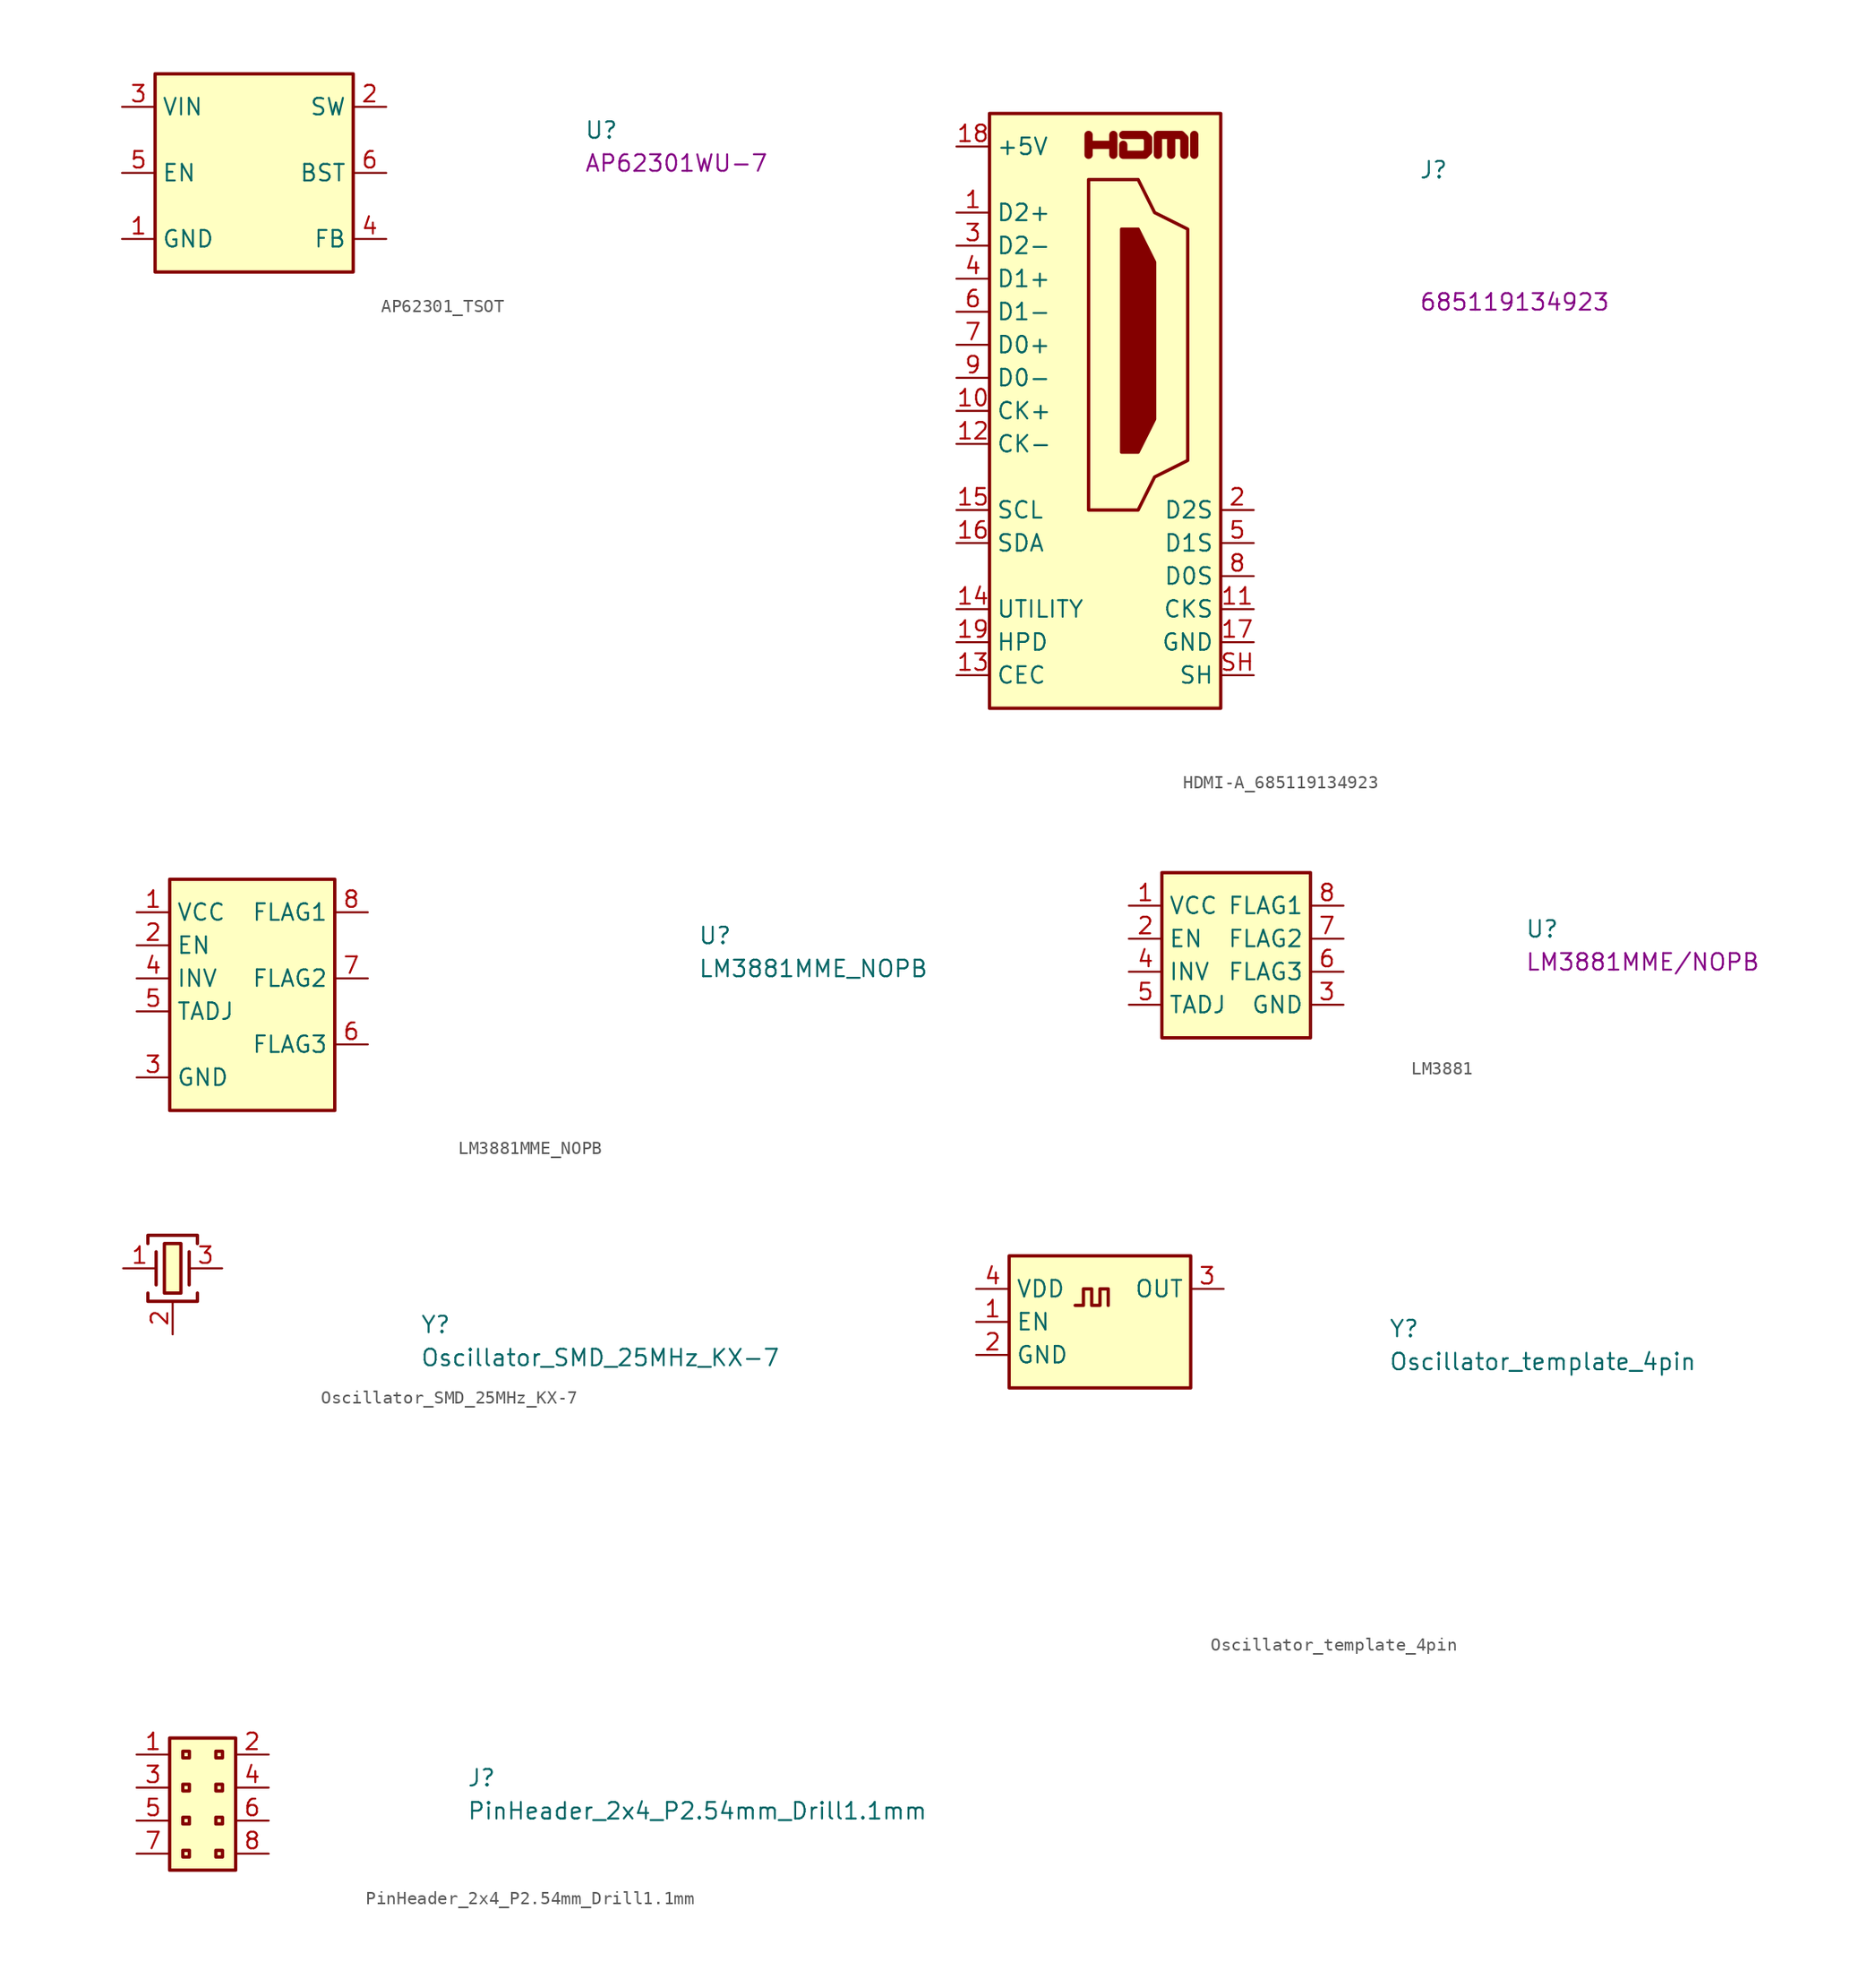
<source format=kicad_sym>
(kicad_symbol_lib
  (version 20211014)
  (generator kicad_symbol_editor)
  (symbol "AP62301_TSOT"
    (property "Reference" "U"
      (at 35.56 -2.54 0)
      (effects (font (size 1.27 1.27) (thickness 0.15)) (justify left bottom)))
    (property "MPN" "AP62301WU-7"
      (at 35.56 -5.08 0)
      (effects (font (size 1.27 1.27) (thickness 0.15)) (justify left bottom)))
    (symbol "AP62301_TSOT_1_1"
      (rectangle (start 2.54 2.54) (end 17.78 -12.7) (stroke (width 0.254) (type default)) (fill (type background)))
      (pin power_in line (at 0 -10.16 0) (length 2.54) (name "GND" (effects (font (size 1.27 1.27)))) (number "1" (effects (font (size 1.27 1.27)))))
      (pin power_out line (at 20.32 0 180) (length 2.54) (name "SW" (effects (font (size 1.27 1.27)))) (number "2" (effects (font (size 1.27 1.27)))))
      (pin power_in line (at 0 0 0) (length 2.54) (name "VIN" (effects (font (size 1.27 1.27)))) (number "3" (effects (font (size 1.27 1.27)))))
      (pin input line (at 20.32 -10.16 180) (length 2.54) (name "FB" (effects (font (size 1.27 1.27)))) (number "4" (effects (font (size 1.27 1.27)))))
      (pin input line (at 0 -5.08 0) (length 2.54) (name "EN" (effects (font (size 1.27 1.27)))) (number "5" (effects (font (size 1.27 1.27)))))
      (pin output line (at 20.32 -5.08 180) (length 2.54) (name "BST" (effects (font (size 1.27 1.27)))) (number "6" (effects (font (size 1.27 1.27)))))))
  (symbol "HDMI-A_685119134923"
    (property "Reference" "J"
      (at 35.56 -2.54 0)
      (effects (font (size 1.27 1.27) (thickness 0.15)) (justify left bottom)))
    (property "MPN" "685119134923"
      (at 35.56 -12.7 0)
      (effects (font (size 1.27 1.27) (thickness 0.15)) (justify left bottom)))
    (symbol "HDMI-A_685119134923_0_0"
      (polyline (pts (xy 18.288 -0.635) (xy 18.288 0.889)) (stroke (width 0.635) (type default) (color 0 0 0 0)) (fill (type none)))
      (polyline (pts (xy 10.16 -0.635) (xy 10.16 0.889) (xy 10.16 0.127) (xy 12.065 0.127) (xy 12.065 0.889) (xy 12.065 -0.635)) (stroke (width 0.635) (type default) (color 0 0 0 0)) (fill (type none)))
      (polyline (pts (xy 12.827 0.889) (xy 14.478 0.889) (xy 14.732 0.635) (xy 14.732 -0.381) (xy 14.478 -0.635) (xy 12.827 -0.635) (xy 12.827 0.127)) (stroke (width 0.635) (type default) (color 0 0 0 0)) (fill (type none))))
    (symbol "HDMI-A_685119134923_0_1"
      (polyline (pts (xy 15.494 -0.635) (xy 15.494 0.889) (xy 16.51 0.889) (xy 16.51 -0.635) (xy 16.51 0.889) (xy 17.272 0.889) (xy 17.526 0.635) (xy 17.526 -0.635)) (stroke (width 0.635) (type default) (color 0 0 0 0)) (fill (type none))))
    (symbol "HDMI-A_685119134923_1_1"
      (polyline (pts (xy 12.7 -6.35) (xy 13.97 -6.35) (xy 15.24 -8.89) (xy 15.24 -20.955) (xy 13.97 -23.495) (xy 12.7 -23.495) (xy 12.7 -6.35)) (stroke (width 0.254) (type default) (color 0 0 0 0)) (fill (type outline)))
      (polyline (pts (xy 10.16 -2.54) (xy 10.16 -27.94) (xy 13.97 -27.94) (xy 15.24 -25.4) (xy 17.78 -24.13) (xy 17.78 -6.35) (xy 15.24 -5.08) (xy 13.97 -2.54) (xy 10.16 -2.54)) (stroke (width 0.254) (type default) (color 0 0 0 0)) (fill (type background)))
      (rectangle (start 2.54 2.54) (end 20.32 -43.18) (stroke (width 0.254) (type default) (color 0 0 0 0)) (fill (type background)))
      (pin passive line (at 0 -5.08 0) (length 2.54) (name "D2+" (effects (font (size 1.27 1.27)))) (number "1" (effects (font (size 1.27 1.27)))))
      (pin passive line (at 0 -20.32 0) (length 2.54) (name "CK+" (effects (font (size 1.27 1.27)))) (number "10" (effects (font (size 1.27 1.27)))))
      (pin passive line (at 22.86 -35.56 180) (length 2.54) (name "CKS" (effects (font (size 1.27 1.27)))) (number "11" (effects (font (size 1.27 1.27)))))
      (pin passive line (at 0 -22.86 0) (length 2.54) (name "CK-" (effects (font (size 1.27 1.27)))) (number "12" (effects (font (size 1.27 1.27)))))
      (pin bidirectional line (at 0 -40.64 0) (length 2.54) (name "CEC" (effects (font (size 1.27 1.27)))) (number "13" (effects (font (size 1.27 1.27)))))
      (pin passive line (at 0 -35.56 0) (length 2.54) (name "UTILITY" (effects (font (size 1.27 1.27)))) (number "14" (effects (font (size 1.27 1.27)))))
      (pin passive line (at 0 -27.94 0) (length 2.54) (name "SCL" (effects (font (size 1.27 1.27)))) (number "15" (effects (font (size 1.27 1.27)))))
      (pin bidirectional line (at 0 -30.48 0) (length 2.54) (name "SDA" (effects (font (size 1.27 1.27)))) (number "16" (effects (font (size 1.27 1.27)))))
      (pin passive line (at 22.86 -38.1 180) (length 2.54) (name "GND" (effects (font (size 1.27 1.27)))) (number "17" (effects (font (size 1.27 1.27)))))
      (pin power_in line (at 0 0 0) (length 2.54) (name "+5V" (effects (font (size 1.27 1.27)))) (number "18" (effects (font (size 1.27 1.27)))))
      (pin passive line (at 0 -38.1 0) (length 2.54) (name "HPD" (effects (font (size 1.27 1.27)))) (number "19" (effects (font (size 1.27 1.27)))))
      (pin passive line (at 22.86 -27.94 180) (length 2.54) (name "D2S" (effects (font (size 1.27 1.27)))) (number "2" (effects (font (size 1.27 1.27)))))
      (pin passive line (at 0 -7.62 0) (length 2.54) (name "D2-" (effects (font (size 1.27 1.27)))) (number "3" (effects (font (size 1.27 1.27)))))
      (pin passive line (at 0 -10.16 0) (length 2.54) (name "D1+" (effects (font (size 1.27 1.27)))) (number "4" (effects (font (size 1.27 1.27)))))
      (pin passive line (at 22.86 -30.48 180) (length 2.54) (name "D1S" (effects (font (size 1.27 1.27)))) (number "5" (effects (font (size 1.27 1.27)))))
      (pin passive line (at 0 -12.7 0) (length 2.54) (name "D1-" (effects (font (size 1.27 1.27)))) (number "6" (effects (font (size 1.27 1.27)))))
      (pin passive line (at 0 -15.24 0) (length 2.54) (name "D0+" (effects (font (size 1.27 1.27)))) (number "7" (effects (font (size 1.27 1.27)))))
      (pin passive line (at 22.86 -33.02 180) (length 2.54) (name "D0S" (effects (font (size 1.27 1.27)))) (number "8" (effects (font (size 1.27 1.27)))))
      (pin passive line (at 0 -17.78 0) (length 2.54) (name "D0-" (effects (font (size 1.27 1.27)))) (number "9" (effects (font (size 1.27 1.27)))))
      (pin passive line (at 22.86 -40.64 180) (length 2.54) (name "SH" (effects (font (size 1.27 1.27)))) (number "SH" (effects (font (size 1.27 1.27)))))))
  (symbol "LM3881MME_NOPB"
    (property "Reference" "U"
      (at 43.18 -2.54 0)
      (effects (font (size 1.27 1.27) (thickness 0.15)) (justify left bottom)))
    (property "Value" "LM3881MME_NOPB"
      (at 43.18 -5.08 0)
      (effects (font (size 1.27 1.27) (thickness 0.15)) (justify left bottom)))
    (symbol "LM3881MME_NOPB_1_1"
      (rectangle (start 2.54 2.54) (end 15.24 -15.24) (stroke (width 0.254) (type default) (color 0 0 0 0)) (fill (type background)))
      (pin power_in line (at 0 0 0) (length 2.54) (name "VCC" (effects (font (size 1.27 1.27)))) (number "1" (effects (font (size 1.27 1.27)))))
      (pin passive line (at 0 -2.54 0) (length 2.54) (name "EN" (effects (font (size 1.27 1.27)))) (number "2" (effects (font (size 1.27 1.27)))))
      (pin power_in line (at 0 -12.7 0) (length 2.54) (name "GND" (effects (font (size 1.27 1.27)))) (number "3" (effects (font (size 1.27 1.27)))))
      (pin input line (at 0 -5.08 0) (length 2.54) (name "INV" (effects (font (size 1.27 1.27)))) (number "4" (effects (font (size 1.27 1.27)))))
      (pin passive line (at 0 -7.62 0) (length 2.54) (name "TADJ" (effects (font (size 1.27 1.27)))) (number "5" (effects (font (size 1.27 1.27)))))
      (pin open_collector line (at 17.78 -10.16 180) (length 2.54) (name "FLAG3" (effects (font (size 1.27 1.27)))) (number "6" (effects (font (size 1.27 1.27)))))
      (pin open_collector line (at 17.78 -5.08 180) (length 2.54) (name "FLAG2" (effects (font (size 1.27 1.27)))) (number "7" (effects (font (size 1.27 1.27)))))
      (pin open_collector line (at 17.78 0 180) (length 2.54) (name "FLAG1" (effects (font (size 1.27 1.27)))) (number "8" (effects (font (size 1.27 1.27)))))))
  (symbol "LM3881"
    (property "Reference" "U"
      (at 30.48 -2.54 0)
      (effects (font (size 1.27 1.27) (thickness 0.15)) (justify left bottom)))
    (property "MPN" "LM3881MME/NOPB"
      (at 30.48 -5.08 0)
      (effects (font (size 1.27 1.27) (thickness 0.15)) (justify left bottom)))
    (symbol "LM3881_1_1"
      (rectangle (start 2.54 2.54) (end 13.97 -10.16) (stroke (width 0.254) (type default)) (fill (type background)))
      (pin power_in line (at 0 0 0) (length 2.54) (name "VCC" (effects (font (size 1.27 1.27)))) (number "1" (effects (font (size 1.27 1.27)))))
      (pin passive line (at 0 -2.54 0) (length 2.54) (name "EN" (effects (font (size 1.27 1.27)))) (number "2" (effects (font (size 1.27 1.27)))))
      (pin power_in line (at 16.51 -7.62 180) (length 2.54) (name "GND" (effects (font (size 1.27 1.27)))) (number "3" (effects (font (size 1.27 1.27)))))
      (pin input line (at 0 -5.08 0) (length 2.54) (name "INV" (effects (font (size 1.27 1.27)))) (number "4" (effects (font (size 1.27 1.27)))))
      (pin passive line (at 0 -7.62 0) (length 2.54) (name "TADJ" (effects (font (size 1.27 1.27)))) (number "5" (effects (font (size 1.27 1.27)))))
      (pin open_collector line (at 16.51 -5.08 180) (length 2.54) (name "FLAG3" (effects (font (size 1.27 1.27)))) (number "6" (effects (font (size 1.27 1.27)))))
      (pin open_collector line (at 16.51 -2.54 180) (length 2.54) (name "FLAG2" (effects (font (size 1.27 1.27)))) (number "7" (effects (font (size 1.27 1.27)))))
      (pin open_collector line (at 16.51 0 180) (length 2.54) (name "FLAG1" (effects (font (size 1.27 1.27)))) (number "8" (effects (font (size 1.27 1.27)))))))
  (symbol "Oscillator_SMD_25MHz_KX-7"
    (pin_names hide)
    (property "Reference" "Y"
      (at 22.86 -5.08 0)
      (effects (font (size 1.27 1.27) (thickness 0.15)) (justify left bottom)))
    (property "Value" "Oscillator_SMD_25MHz_KX-7"
      (at 22.86 -7.62 0)
      (effects (font (size 1.27 1.27) (thickness 0.15)) (justify left bottom)))
    (symbol "Oscillator_SMD_25MHz_KX-7_1_1"
      (polyline (pts (xy 2.54 1.27) (xy 2.54 -1.27)) (stroke (width 0.254) (type default) (color 0 0 0 0)) (fill (type background)))
      (polyline (pts (xy 5.08 1.27) (xy 5.08 -1.27)) (stroke (width 0.254) (type default) (color 0 0 0 0)) (fill (type background)))
      (polyline (pts (xy 1.905 -1.905) (xy 1.905 -2.54) (xy 5.715 -2.54) (xy 5.715 -1.905)) (stroke (width 0.254) (type default) (color 0 0 0 0)) (fill (type none)))
      (polyline (pts (xy 1.905 1.905) (xy 1.905 2.54) (xy 5.715 2.54) (xy 5.715 1.905)) (stroke (width 0.254) (type default) (color 0 0 0 0)) (fill (type none)))
      (rectangle (start 3.175 1.905) (end 4.445 -1.905) (stroke (width 0.254) (type default) (color 0 0 0 0)) (fill (type background)))
      (pin passive line (at 0 0 0) (length 2.54) (name "~" (effects (font (size 1.27 1.27)))) (number "1" (effects (font (size 1.27 1.27)))))
      (pin passive line (at 3.81 -5.08 90) (length 2.54) (name "SH" (effects (font (size 1.27 1.27)))) (number "2" (effects (font (size 1.27 1.27)))))
      (pin passive line (at 7.62 0 180) (length 2.54) (name "~" (effects (font (size 1.27 1.27)))) (number "3" (effects (font (size 1.27 1.27)))))
      (pin passive line (at 3.81 -5.08 90) (length 2.54) hide (name "SH" (effects (font (size 1.27 1.27)))) (number "4" (effects (font (size 1.27 1.27)))))))
  (symbol "Oscillator_template_4pin"
    (property "Reference" "Y"
      (at 31.75 -3.81 0)
      (effects (font (size 1.27 1.27) (thickness 0.15)) (justify left bottom)))
    (property "Value" "Oscillator_template_4pin"
      (at 31.75 -6.35 0)
      (effects (font (size 1.27 1.27) (thickness 0.15)) (justify left bottom)))
    (property "Val" ""
      (at 31.75 -23.495 0)
      (effects (font (size 1.27 1.27)) (justify left)))
    (symbol "Oscillator_template_4pin_1_1"
      (polyline (pts (xy 7.62 -1.27) (xy 8.255 -1.27) (xy 8.255 0) (xy 8.89 0) (xy 8.89 -1.27) (xy 9.525 -1.27) (xy 9.525 0) (xy 10.16 0) (xy 10.16 -1.27)) (stroke (width 0.254) (type default)) (fill (type background)))
      (rectangle (start 2.54 2.54) (end 16.51 -7.62) (stroke (width 0.254) (type default)) (fill (type background)))
      (pin input line (at 0 -2.54 0) (length 2.54) (name "EN" (effects (font (size 1.27 1.27)))) (number "1" (effects (font (size 1.27 1.27)))))
      (pin power_in line (at 0 -5.08 0) (length 2.54) (name "GND" (effects (font (size 1.27 1.27)))) (number "2" (effects (font (size 1.27 1.27)))))
      (pin output line (at 19.05 0 180) (length 2.54) (name "OUT" (effects (font (size 1.27 1.27)))) (number "3" (effects (font (size 1.27 1.27)))))
      (pin power_in line (at 0 0 0) (length 2.54) (name "VDD" (effects (font (size 1.27 1.27)))) (number "4" (effects (font (size 1.27 1.27)))))))
  (symbol "PinHeader_2x4_P2.54mm_Drill1.1mm"
    (property "Reference" "J"
      (at 25.4 -2.54 0)
      (effects (font (size 1.27 1.27) (thickness 0.15)) (justify left bottom)))
    (property "Value" "PinHeader_2x4_P2.54mm_Drill1.1mm"
      (at 25.4 -5.08 0)
      (effects (font (size 1.27 1.27) (thickness 0.15)) (justify left bottom)))
    (symbol "PinHeader_2x4_P2.54mm_Drill1.1mm_1_1"
      (rectangle (start 2.54 1.27) (end 7.62 -8.89) (stroke (width 0.254) (type default)) (fill (type background)))
      (rectangle (start 3.556 -7.366) (end 4.064 -7.874) (stroke (width 0.254) (type default)) (fill (type background)))
      (rectangle (start 3.556 -4.826) (end 4.064 -5.334) (stroke (width 0.254) (type default)) (fill (type background)))
      (rectangle (start 3.556 -2.286) (end 4.064 -2.794) (stroke (width 0.254) (type default)) (fill (type background)))
      (rectangle (start 3.556 0.254) (end 4.064 -0.254) (stroke (width 0.254) (type default)) (fill (type background)))
      (rectangle (start 6.096 -7.366) (end 6.604 -7.874) (stroke (width 0.254) (type default)) (fill (type background)))
      (rectangle (start 6.096 -4.826) (end 6.604 -5.334) (stroke (width 0.254) (type default)) (fill (type background)))
      (rectangle (start 6.096 -2.286) (end 6.604 -2.794) (stroke (width 0.254) (type default)) (fill (type background)))
      (rectangle (start 6.096 0.254) (end 6.604 -0.254) (stroke (width 0.254) (type default)) (fill (type background)))
      (pin passive line (at 0 0 0) (length 2.54) (name "~" (effects (font (size 1.27 1.27)))) (number "1" (effects (font (size 1.27 1.27)))))
      (pin passive line (at 10.16 0 180) (length 2.54) (name "~" (effects (font (size 1.27 1.27)))) (number "2" (effects (font (size 1.27 1.27)))))
      (pin passive line (at 0 -2.54 0) (length 2.54) (name "~" (effects (font (size 1.27 1.27)))) (number "3" (effects (font (size 1.27 1.27)))))
      (pin passive line (at 10.16 -2.54 180) (length 2.54) (name "~" (effects (font (size 1.27 1.27)))) (number "4" (effects (font (size 1.27 1.27)))))
      (pin passive line (at 0 -5.08 0) (length 2.54) (name "~" (effects (font (size 1.27 1.27)))) (number "5" (effects (font (size 1.27 1.27)))))
      (pin passive line (at 10.16 -5.08 180) (length 2.54) (name "~" (effects (font (size 1.27 1.27)))) (number "6" (effects (font (size 1.27 1.27)))))
      (pin passive line (at 0 -7.62 0) (length 2.54) (name "~" (effects (font (size 1.27 1.27)))) (number "7" (effects (font (size 1.27 1.27)))))
      (pin passive line (at 10.16 -7.62 180) (length 2.54) (name "~" (effects (font (size 1.27 1.27)))) (number "8" (effects (font (size 1.27 1.27))))))))
</source>
